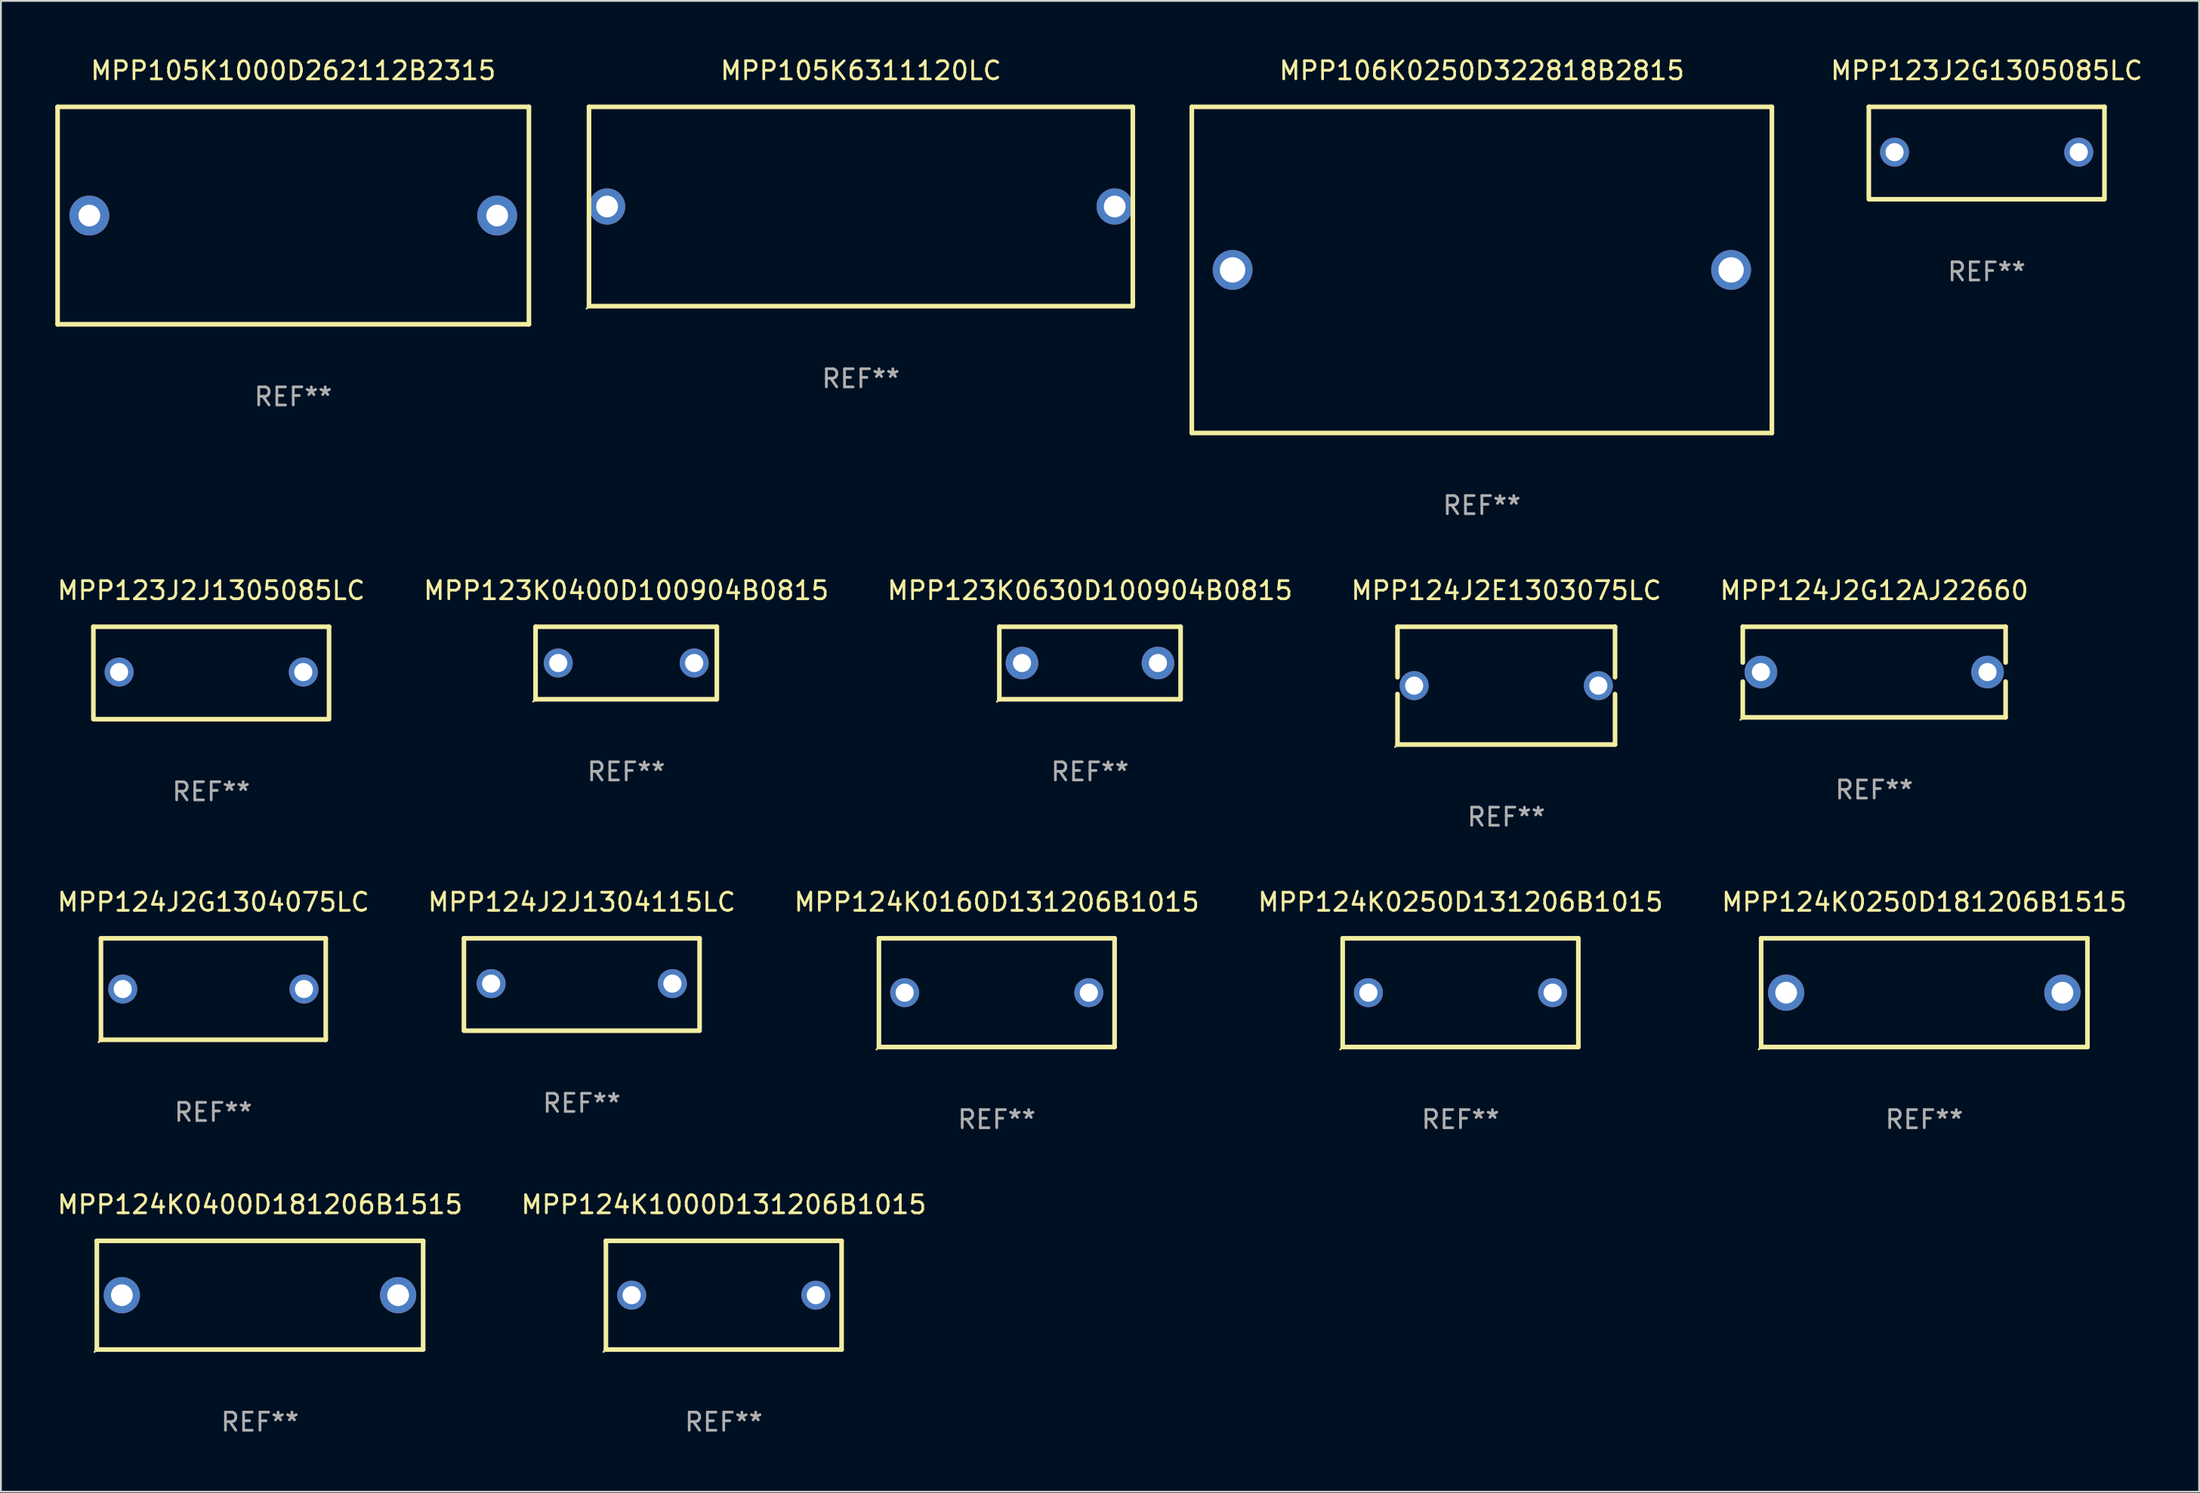
<source format=kicad_pcb>
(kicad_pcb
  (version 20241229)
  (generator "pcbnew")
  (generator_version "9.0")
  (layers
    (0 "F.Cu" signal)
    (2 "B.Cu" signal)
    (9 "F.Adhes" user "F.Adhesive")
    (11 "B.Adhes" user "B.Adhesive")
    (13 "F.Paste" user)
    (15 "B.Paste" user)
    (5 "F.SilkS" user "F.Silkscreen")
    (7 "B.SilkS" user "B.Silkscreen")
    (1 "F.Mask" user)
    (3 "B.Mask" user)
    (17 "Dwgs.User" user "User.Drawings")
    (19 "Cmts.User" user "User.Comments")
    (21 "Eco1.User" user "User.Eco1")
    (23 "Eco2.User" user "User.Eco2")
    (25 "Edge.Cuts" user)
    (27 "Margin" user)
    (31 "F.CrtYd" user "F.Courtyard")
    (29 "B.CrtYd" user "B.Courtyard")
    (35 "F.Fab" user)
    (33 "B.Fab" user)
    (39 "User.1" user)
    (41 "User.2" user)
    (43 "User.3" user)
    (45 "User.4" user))
  (footprint "MPP124J2E1303075LC"
    (layer "F.Cu")
    (at 80.042 34.795)
    (property "Reference" "MPP124J2E1303075LC" (at 0 -5.25 0) (layer "F.SilkS") (effects (font (size 1 1) (thickness 0.15))))
    (attr through_hole)
    (fp_line (start -6 -3.25) (end 6 -3.25) (stroke (width 0.254) (type solid)) (layer "F.SilkS"))
    (fp_line (start -6 -0.463) (end -6 -3.25) (stroke (width 0.254) (type solid)) (layer "F.SilkS"))
    (fp_line (start -6 3.25) (end -6 0.463) (stroke (width 0.254) (type solid)) (layer "F.SilkS"))
    (fp_line (start 6 -3.25) (end 6 -0.463) (stroke (width 0.254) (type solid)) (layer "F.SilkS"))
    (fp_line (start 6 0.463) (end 6 3.25) (stroke (width 0.254) (type solid)) (layer "F.SilkS"))
    (fp_line (start 6 3.25) (end -6 3.25) (stroke (width 0.254) (type solid)) (layer "F.SilkS"))
    (fp_circle (center -6.127 3.377) (end -6.097 3.377) (stroke (width 0.06) (type solid)) (fill no) (layer "F.SilkS"))
    (fp_text user "REF**" (at 0 7.25 0) (layer "F.Fab") (effects (font (size 1 1) (thickness 0.15))))
    (pad "1" thru_hole circle (at -5.08 -0.000013) (size 1.6 1.6) (drill 1) (layers "*.Cu" "*.Mask"))
    (pad "2" thru_hole circle (at 5.08 -0.000013) (size 1.6 1.6) (drill 1) (layers "*.Cu" "*.Mask")))
  (footprint "MPP124J2G1304075LC"
    (layer "F.Cu")
    (at 8.72 51.541)
    (property "Reference" "MPP124J2G1304075LC" (at 0 -4.8 0) (layer "F.SilkS") (effects (font (size 1 1) (thickness 0.15))))
    (attr through_hole)
    (fp_line (start -6.2 -2.8) (end 6.2 -2.8) (stroke (width 0.254) (type solid)) (layer "F.SilkS"))
    (fp_line (start -6.2 2.8) (end -6.2 -2.8) (stroke (width 0.254) (type solid)) (layer "F.SilkS"))
    (fp_line (start 6.2 -2.8) (end 6.2 2.8) (stroke (width 0.254) (type solid)) (layer "F.SilkS"))
    (fp_line (start 6.2 2.8) (end -6.2 2.8) (stroke (width 0.254) (type solid)) (layer "F.SilkS"))
    (fp_circle (center -6.327 2.927) (end -6.297 2.927) (stroke (width 0.06) (type solid)) (fill no) (layer "F.SilkS"))
    (fp_text user "REF**" (at 0 6.8 0) (layer "F.Fab") (effects (font (size 1 1) (thickness 0.15))))
    (pad "1" thru_hole circle (at -5 0) (size 1.6 1.6) (drill 1) (layers "*.Cu" "*.Mask"))
    (pad "2" thru_hole circle (at 5 0) (size 1.6 1.6) (drill 1) (layers "*.Cu" "*.Mask")))
  (footprint "MPP105K6311120LC"
    (layer "F.Cu")
    (at 44.441 8.348)
    (property "Reference" "MPP105K6311120LC" (at 0 -7.5 0) (layer "F.SilkS") (effects (font (size 1 1) (thickness 0.15))))
    (attr through_hole)
    (fp_line (start -15 -5.5) (end 15 -5.5) (stroke (width 0.254) (type solid)) (layer "F.SilkS"))
    (fp_line (start -15 5.5) (end -15 -5.5) (stroke (width 0.254) (type solid)) (layer "F.SilkS"))
    (fp_line (start 15 -5.5) (end 15 5.5) (stroke (width 0.254) (type solid)) (layer "F.SilkS"))
    (fp_line (start 15 5.5) (end -15 5.5) (stroke (width 0.254) (type solid)) (layer "F.SilkS"))
    (fp_circle (center -15.127 5.627) (end -15.097 5.627) (stroke (width 0.06) (type solid)) (fill no) (layer "F.SilkS"))
    (fp_text user "REF**" (at 0 9.5 0) (layer "F.Fab") (effects (font (size 1 1) (thickness 0.15))))
    (pad "1" thru_hole circle (at -14.001 0) (size 2 2) (drill 1.2) (layers "*.Cu" "*.Mask"))
    (pad "2" thru_hole circle (at 14.001 0) (size 2 2) (drill 1.2) (layers "*.Cu" "*.Mask")))
  (footprint "MPP124K0250D131206B1015"
    (layer "F.Cu")
    (at 77.518 51.741)
    (property "Reference" "MPP124K0250D131206B1015" (at 0 -5 0) (layer "F.SilkS") (effects (font (size 1 1) (thickness 0.15))))
    (attr through_hole)
    (fp_line (start -6.5 -3) (end 6.5 -3) (stroke (width 0.254) (type solid)) (layer "F.SilkS"))
    (fp_line (start -6.5 3) (end -6.5 -3) (stroke (width 0.254) (type solid)) (layer "F.SilkS"))
    (fp_line (start 6.5 -3) (end 6.5 3) (stroke (width 0.254) (type solid)) (layer "F.SilkS"))
    (fp_line (start 6.5 3) (end -6.5 3) (stroke (width 0.254) (type solid)) (layer "F.SilkS"))
    (fp_circle (center -6.627 3.127) (end -6.597 3.127) (stroke (width 0.06) (type solid)) (fill no) (layer "F.SilkS"))
    (fp_text user "REF**" (at 0 7 0) (layer "F.Fab") (effects (font (size 1 1) (thickness 0.15))))
    (pad "1" thru_hole circle (at -5.08 0) (size 1.6 1.6) (drill 1) (layers "*.Cu" "*.Mask"))
    (pad "2" thru_hole circle (at 5.08 0) (size 1.6 1.6) (drill 1) (layers "*.Cu" "*.Mask")))
  (footprint "MPP124J2J1304115LC"
    (layer "F.Cu")
    (at 29.042 51.291)
    (property "Reference" "MPP124J2J1304115LC" (at 0 -4.55 0) (layer "F.SilkS") (effects (font (size 1 1) (thickness 0.15))))
    (attr through_hole)
    (fp_line (start -6.5 -2.55) (end 6.5 -2.55) (stroke (width 0.254) (type solid)) (layer "F.SilkS"))
    (fp_line (start -6.5 2.45) (end -6.5 -2.55) (stroke (width 0.254) (type solid)) (layer "F.SilkS"))
    (fp_line (start 6.5 -2.55) (end 6.5 2.45) (stroke (width 0.254) (type solid)) (layer "F.SilkS"))
    (fp_line (start 6.5 2.55) (end -6.5 2.55) (stroke (width 0.254) (type solid)) (layer "F.SilkS"))
    (fp_circle (center -6.5 2.45) (end -6.47 2.45) (stroke (width 0.06) (type solid)) (fill no) (layer "F.SilkS"))
    (fp_text user "REF**" (at 0 6.55 0) (layer "F.Fab") (effects (font (size 1 1) (thickness 0.15))))
    (pad "1" thru_hole circle (at -5 -0.05) (size 1.6 1.6) (drill 1) (layers "*.Cu" "*.Mask"))
    (pad "2" thru_hole circle (at 5 -0.05) (size 1.6 1.6) (drill 1) (layers "*.Cu" "*.Mask")))
  (footprint "MPP124K0160D131206B1015"
    (layer "F.Cu")
    (at 51.935 51.741)
    (property "Reference" "MPP124K0160D131206B1015" (at 0 -5 0) (layer "F.SilkS") (effects (font (size 1 1) (thickness 0.15))))
    (attr through_hole)
    (fp_line (start -6.5 -3) (end 6.5 -3) (stroke (width 0.254) (type solid)) (layer "F.SilkS"))
    (fp_line (start -6.5 3) (end -6.5 -3) (stroke (width 0.254) (type solid)) (layer "F.SilkS"))
    (fp_line (start 6.5 -3) (end 6.5 3) (stroke (width 0.254) (type solid)) (layer "F.SilkS"))
    (fp_line (start 6.5 3) (end -6.5 3) (stroke (width 0.254) (type solid)) (layer "F.SilkS"))
    (fp_circle (center -6.627 3.127) (end -6.597 3.127) (stroke (width 0.06) (type solid)) (fill no) (layer "F.SilkS"))
    (fp_text user "REF**" (at 0 7 0) (layer "F.Fab") (effects (font (size 1 1) (thickness 0.15))))
    (pad "1" thru_hole circle (at -5.08 0) (size 1.6 1.6) (drill 1) (layers "*.Cu" "*.Mask"))
    (pad "2" thru_hole circle (at 5.08 0) (size 1.6 1.6) (drill 1) (layers "*.Cu" "*.Mask")))
  (footprint "MPP124J2G12AJ22660"
    (layer "F.Cu")
    (at 100.339 34.045)
    (property "Reference" "MPP124J2G12AJ22660" (at 0 -4.5 0) (layer "F.SilkS") (effects (font (size 1 1) (thickness 0.15))))
    (attr through_hole)
    (fp_line (start -7.25 -2.5) (end -7.25 -0.526) (stroke (width 0.254) (type solid)) (layer "F.SilkS"))
    (fp_line (start -7.25 -2.5) (end 7.25 -2.5) (stroke (width 0.254) (type solid)) (layer "F.SilkS"))
    (fp_line (start -7.25 0.526) (end -7.25 2.5) (stroke (width 0.254) (type solid)) (layer "F.SilkS"))
    (fp_line (start 7.25 -2.5) (end 7.25 -0.526) (stroke (width 0.254) (type solid)) (layer "F.SilkS"))
    (fp_line (start 7.25 0.526) (end 7.25 2.5) (stroke (width 0.254) (type solid)) (layer "F.SilkS"))
    (fp_line (start 7.25 2.5) (end -7.25 2.5) (stroke (width 0.254) (type solid)) (layer "F.SilkS"))
    (fp_circle (center -7.377 2.627) (end -7.347 2.627) (stroke (width 0.06) (type solid)) (fill no) (layer "F.SilkS"))
    (fp_text user "REF**" (at 0 6.5 0) (layer "F.Fab") (effects (font (size 1 1) (thickness 0.15))))
    (pad "1" thru_hole circle (at -6.25 0.000127) (size 1.8 1.8) (drill 1) (layers "*.Cu" "*.Mask"))
    (pad "2" thru_hole circle (at 6.25 0.000127) (size 1.8 1.8) (drill 1) (layers "*.Cu" "*.Mask")))
  (footprint "MPP124K0250D181206B1515"
    (layer "F.Cu")
    (at 103.101 51.741)
    (property "Reference" "MPP124K0250D181206B1515" (at 0 -5 0) (layer "F.SilkS") (effects (font (size 1 1) (thickness 0.15))))
    (attr through_hole)
    (fp_line (start -9 -3) (end 9 -3) (stroke (width 0.254) (type solid)) (layer "F.SilkS"))
    (fp_line (start -9 3) (end -9 -3) (stroke (width 0.254) (type solid)) (layer "F.SilkS"))
    (fp_line (start 9 -3) (end 9 3) (stroke (width 0.254) (type solid)) (layer "F.SilkS"))
    (fp_line (start 9 3) (end -9 3) (stroke (width 0.254) (type solid)) (layer "F.SilkS"))
    (fp_circle (center -9.127 3.127) (end -9.097 3.127) (stroke (width 0.06) (type solid)) (fill no) (layer "F.SilkS"))
    (fp_text user "REF**" (at 0 7 0) (layer "F.Fab") (effects (font (size 1 1) (thickness 0.15))))
    (pad "1" thru_hole circle (at -7.62 0) (size 2 2) (drill 1.2) (layers "*.Cu" "*.Mask"))
    (pad "2" thru_hole circle (at 7.62 0) (size 2 2) (drill 1.2) (layers "*.Cu" "*.Mask")))
  (footprint "MPP124K0400D181206B1515"
    (layer "F.Cu")
    (at 11.292 68.438)
    (property "Reference" "MPP124K0400D181206B1515" (at 0 -5 0) (layer "F.SilkS") (effects (font (size 1 1) (thickness 0.15))))
    (attr through_hole)
    (fp_line (start -9 -3) (end 9 -3) (stroke (width 0.254) (type solid)) (layer "F.SilkS"))
    (fp_line (start -9 3) (end -9 -3) (stroke (width 0.254) (type solid)) (layer "F.SilkS"))
    (fp_line (start 9 -3) (end 9 3) (stroke (width 0.254) (type solid)) (layer "F.SilkS"))
    (fp_line (start 9 3) (end -9 3) (stroke (width 0.254) (type solid)) (layer "F.SilkS"))
    (fp_circle (center -9.127 3.127) (end -9.097 3.127) (stroke (width 0.06) (type solid)) (fill no) (layer "F.SilkS"))
    (fp_text user "REF**" (at 0 7 0) (layer "F.Fab") (effects (font (size 1 1) (thickness 0.15))))
    (pad "1" thru_hole circle (at -7.62 0) (size 2 2) (drill 1.2) (layers "*.Cu" "*.Mask"))
    (pad "2" thru_hole circle (at 7.62 0) (size 2 2) (drill 1.2) (layers "*.Cu" "*.Mask")))
  (footprint "MPP123J2J1305085LC"
    (layer "F.Cu")
    (at 8.601 34.095)
    (property "Reference" "MPP123J2J1305085LC" (at 0 -4.55 0) (layer "F.SilkS") (effects (font (size 1 1) (thickness 0.15))))
    (attr through_hole)
    (fp_line (start -6.5 -2.55) (end 6.5 -2.55) (stroke (width 0.254) (type solid)) (layer "F.SilkS"))
    (fp_line (start -6.5 2.45) (end -6.5 -2.55) (stroke (width 0.254) (type solid)) (layer "F.SilkS"))
    (fp_line (start 6.5 -2.55) (end 6.5 2.45) (stroke (width 0.254) (type solid)) (layer "F.SilkS"))
    (fp_line (start 6.5 2.55) (end -6.5 2.55) (stroke (width 0.254) (type solid)) (layer "F.SilkS"))
    (fp_circle (center -6.5 2.45) (end -6.47 2.45) (stroke (width 0.06) (type solid)) (fill no) (layer "F.SilkS"))
    (fp_text user "REF**" (at 0 6.55 0) (layer "F.Fab") (effects (font (size 1 1) (thickness 0.15))))
    (pad "1" thru_hole circle (at -5.08 -0.05) (size 1.6 1.6) (drill 1) (layers "*.Cu" "*.Mask"))
    (pad "2" thru_hole circle (at 5.08 -0.05) (size 1.6 1.6) (drill 1) (layers "*.Cu" "*.Mask")))
  (footprint "MPP105K1000D262112B2315"
    (layer "F.Cu")
    (at 13.127 8.848)
    (property "Reference" "MPP105K1000D262112B2315" (at 0 -8 0) (layer "F.SilkS") (effects (font (size 1 1) (thickness 0.15))))
    (attr through_hole)
    (fp_line (start -13 -6) (end 13 -6) (stroke (width 0.254) (type solid)) (layer "F.SilkS"))
    (fp_line (start -13 6) (end -13 -6) (stroke (width 0.254) (type solid)) (layer "F.SilkS"))
    (fp_line (start 13 -6) (end 13 6) (stroke (width 0.254) (type solid)) (layer "F.SilkS"))
    (fp_line (start 13 6) (end -13 6) (stroke (width 0.254) (type solid)) (layer "F.SilkS"))
    (fp_circle (center -13 6) (end -12.97 6) (stroke (width 0.06) (type solid)) (fill no) (layer "F.SilkS"))
    (fp_text user "REF**" (at 0 10 0) (layer "F.Fab") (effects (font (size 1 1) (thickness 0.15))))
    (pad "1" thru_hole circle (at -11.25 0) (size 2.2 2.2) (drill 1.2) (layers "*.Cu" "*.Mask"))
    (pad "2" thru_hole circle (at 11.25 0) (size 2.2 2.2) (drill 1.2) (layers "*.Cu" "*.Mask")))
  (footprint "MPP124K1000D131206B1015"
    (layer "F.Cu")
    (at 36.875 68.438)
    (property "Reference" "MPP124K1000D131206B1015" (at 0 -5 0) (layer "F.SilkS") (effects (font (size 1 1) (thickness 0.15))))
    (attr through_hole)
    (fp_line (start -6.5 -3) (end 6.5 -3) (stroke (width 0.254) (type solid)) (layer "F.SilkS"))
    (fp_line (start -6.5 3) (end -6.5 -3) (stroke (width 0.254) (type solid)) (layer "F.SilkS"))
    (fp_line (start 6.5 -3) (end 6.5 3) (stroke (width 0.254) (type solid)) (layer "F.SilkS"))
    (fp_line (start 6.5 3) (end -6.5 3) (stroke (width 0.254) (type solid)) (layer "F.SilkS"))
    (fp_circle (center -6.627 3.127) (end -6.597 3.127) (stroke (width 0.06) (type solid)) (fill no) (layer "F.SilkS"))
    (fp_text user "REF**" (at 0 7 0) (layer "F.Fab") (effects (font (size 1 1) (thickness 0.15))))
    (pad "1" thru_hole circle (at -5.08 0) (size 1.6 1.6) (drill 1) (layers "*.Cu" "*.Mask"))
    (pad "2" thru_hole circle (at 5.08 0) (size 1.6 1.6) (drill 1) (layers "*.Cu" "*.Mask")))
  (footprint "MPP123K0630D100904B0815"
    (layer "F.Cu")
    (at 57.077 33.545)
    (property "Reference" "MPP123K0630D100904B0815" (at 0 -4 0) (layer "F.SilkS") (effects (font (size 1 1) (thickness 0.15))))
    (attr through_hole)
    (fp_line (start -5 -2) (end 5 -2) (stroke (width 0.254) (type solid)) (layer "F.SilkS"))
    (fp_line (start -5 2) (end -5 -2) (stroke (width 0.254) (type solid)) (layer "F.SilkS"))
    (fp_line (start 5 -2) (end 5 2) (stroke (width 0.254) (type solid)) (layer "F.SilkS"))
    (fp_line (start 5 2) (end -5 2) (stroke (width 0.254) (type solid)) (layer "F.SilkS"))
    (fp_circle (center -5.127 2.127) (end -5.097 2.127) (stroke (width 0.06) (type solid)) (fill no) (layer "F.SilkS"))
    (fp_text user "REF**" (at 0 6 0) (layer "F.Fab") (effects (font (size 1 1) (thickness 0.15))))
    (pad "1" thru_hole circle (at -3.75 0) (size 1.8 1.8) (drill 1) (layers "*.Cu" "*.Mask"))
    (pad "2" thru_hole circle (at 3.75 0) (size 1.8 1.8) (drill 1) (layers "*.Cu" "*.Mask")))
  (footprint "MPP123J2G1305085LC"
    (layer "F.Cu")
    (at 106.542 5.398)
    (property "Reference" "MPP123J2G1305085LC" (at 0 -4.55 0) (layer "F.SilkS") (effects (font (size 1 1) (thickness 0.15))))
    (attr through_hole)
    (fp_line (start -6.5 -2.55) (end 6.5 -2.55) (stroke (width 0.254) (type solid)) (layer "F.SilkS"))
    (fp_line (start -6.5 2.45) (end -6.5 -2.55) (stroke (width 0.254) (type solid)) (layer "F.SilkS"))
    (fp_line (start 6.5 -2.55) (end 6.5 2.45) (stroke (width 0.254) (type solid)) (layer "F.SilkS"))
    (fp_line (start 6.5 2.55) (end -6.5 2.55) (stroke (width 0.254) (type solid)) (layer "F.SilkS"))
    (fp_circle (center -6.5 2.45) (end -6.47 2.45) (stroke (width 0.06) (type solid)) (fill no) (layer "F.SilkS"))
    (fp_text user "REF**" (at 0 6.55 0) (layer "F.Fab") (effects (font (size 1 1) (thickness 0.15))))
    (pad "1" thru_hole circle (at -5.08 -0.05) (size 1.6 1.6) (drill 1) (layers "*.Cu" "*.Mask"))
    (pad "2" thru_hole circle (at 5.08 -0.05) (size 1.6 1.6) (drill 1) (layers "*.Cu" "*.Mask")))
  (footprint "MPP106K0250D322818B2815"
    (layer "F.Cu")
    (at 78.695 11.848)
    (property "Reference" "MPP106K0250D322818B2815" (at 0 -11 0) (layer "F.SilkS") (effects (font (size 1 1) (thickness 0.15))))
    (attr through_hole)
    (fp_line (start -16 -9) (end 16 -9) (stroke (width 0.254) (type solid)) (layer "F.SilkS"))
    (fp_line (start -16 9) (end -16 -9) (stroke (width 0.254) (type solid)) (layer "F.SilkS"))
    (fp_line (start 16 -9) (end 16 9) (stroke (width 0.254) (type solid)) (layer "F.SilkS"))
    (fp_line (start 16 9) (end -16 9) (stroke (width 0.254) (type solid)) (layer "F.SilkS"))
    (fp_circle (center -16 9) (end -15.97 9) (stroke (width 0.06) (type solid)) (fill no) (layer "F.SilkS"))
    (fp_text user "REF**" (at 0 13 0) (layer "F.Fab") (effects (font (size 1 1) (thickness 0.15))))
    (pad "1" thru_hole circle (at -13.75 0) (size 2.2 2.2) (drill 1.4) (layers "*.Cu" "*.Mask"))
    (pad "2" thru_hole circle (at 13.75 0) (size 2.2 2.2) (drill 1.4) (layers "*.Cu" "*.Mask")))
  (footprint "MPP123K0400D100904B0815"
    (layer "F.Cu")
    (at 31.494 33.545)
    (property "Reference" "MPP123K0400D100904B0815" (at 0 -4 0) (layer "F.SilkS") (effects (font (size 1 1) (thickness 0.15))))
    (attr through_hole)
    (fp_line (start -5 -2) (end 5 -2) (stroke (width 0.254) (type solid)) (layer "F.SilkS"))
    (fp_line (start -5 2) (end -5 -2) (stroke (width 0.254) (type solid)) (layer "F.SilkS"))
    (fp_line (start 5 -2) (end 5 2) (stroke (width 0.254) (type solid)) (layer "F.SilkS"))
    (fp_line (start 5 2) (end -5 2) (stroke (width 0.254) (type solid)) (layer "F.SilkS"))
    (fp_circle (center -5.127 2.127) (end -5.097 2.127) (stroke (width 0.06) (type solid)) (fill no) (layer "F.SilkS"))
    (fp_text user "REF**" (at 0 6 0) (layer "F.Fab") (effects (font (size 1 1) (thickness 0.15))))
    (pad "1" thru_hole circle (at -3.75 0) (size 1.6 1.6) (drill 1) (layers "*.Cu" "*.Mask"))
    (pad "2" thru_hole circle (at 3.75 0) (size 1.6 1.6) (drill 1) (layers "*.Cu" "*.Mask")))
  (gr_rect
    (start -3 -3)
    (end 118.262 79.286)
    (stroke (width 0.1) (type default))
    (fill no)
    (layer "Edge.Cuts")))
</source>
